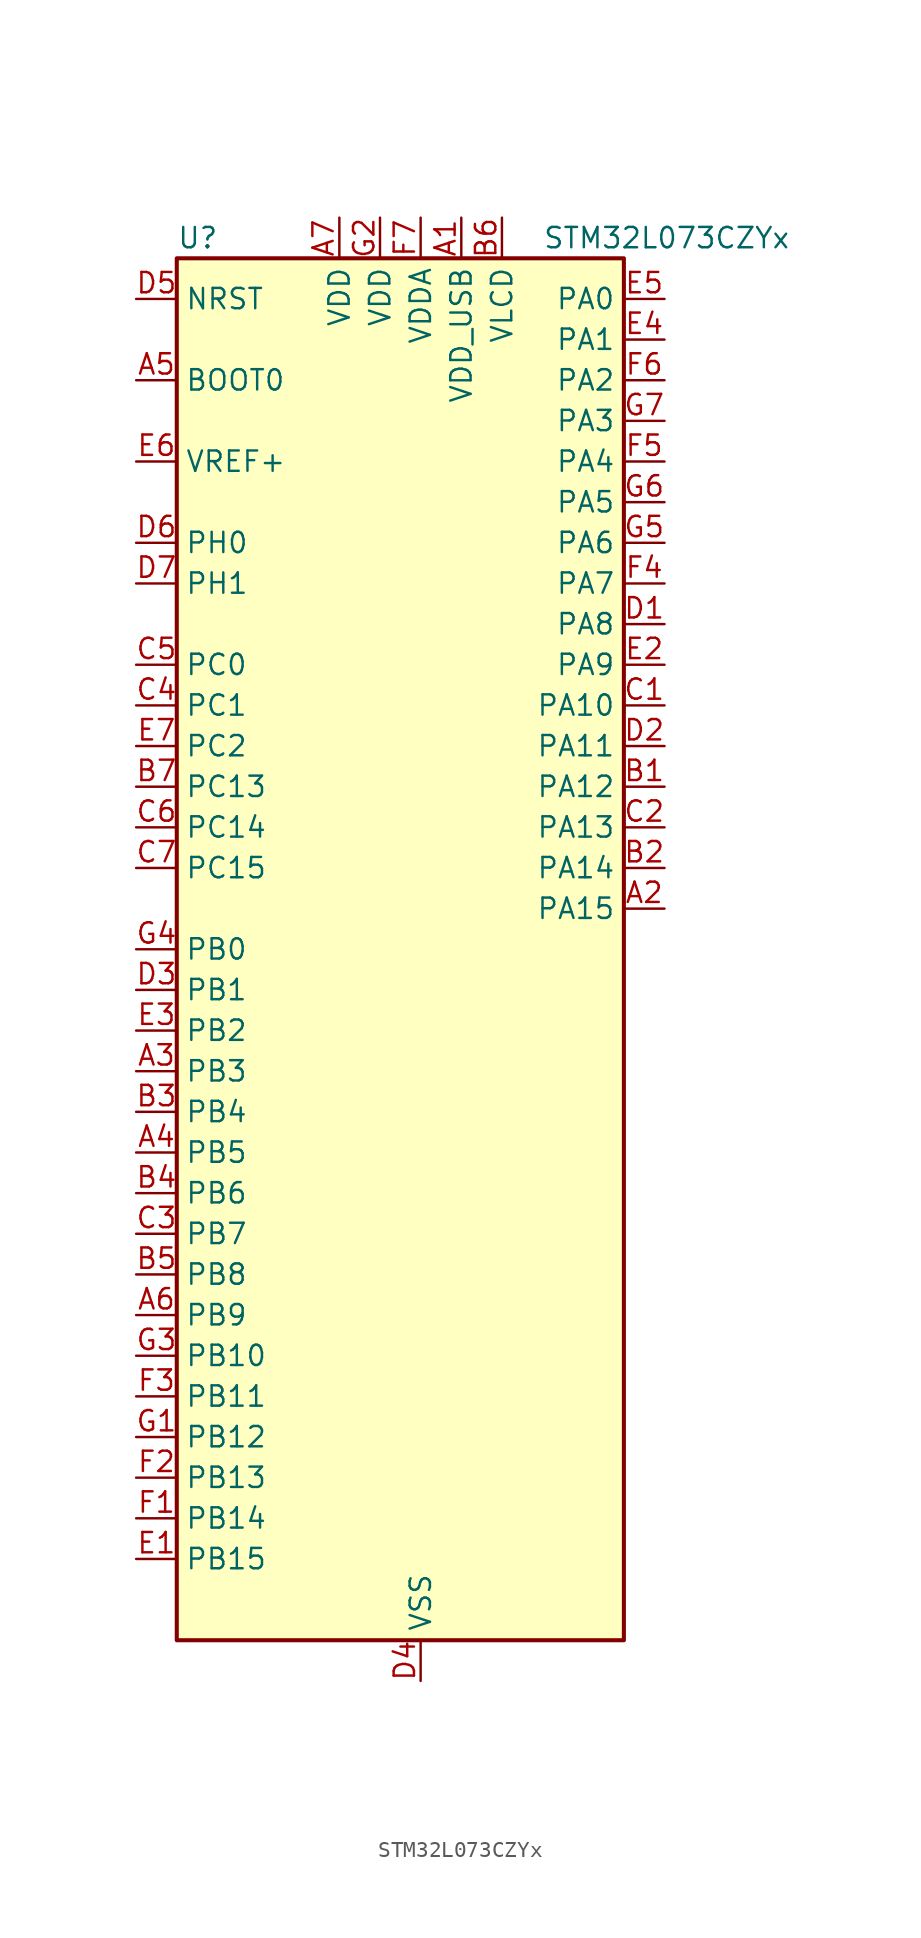
<source format=kicad_sym>
(kicad_symbol_lib
  (version 20220914)
  (generator kicad_symbol_editor)
  (symbol "STM32L073CZYx"
    (property "Reference" "U"
      (at -12.7 44.45 0)
      (effects (font (size 1.27 1.27)) (justify left)))
    (property "Value" "STM32L073CZYx"
      (at 10.16 44.45 0)
      (effects (font (size 1.27 1.27)) (justify left)))
    (property "ki_locked" ""
      (at 0 0 0)
      (effects (font (size 1.27 1.27))))
    (symbol "STM32L073CZYx_0_1"
      (rectangle (start -12.7 -43.18) (end 15.24 43.18) (stroke (width 0.254) (type default)) (fill (type background))))
    (symbol "STM32L073CZYx_1_1"
      (pin power_in line (at 5.08 45.72 270) (length 2.54) (name "VDD_USB" (effects (font (size 1.27 1.27)))) (number "A1" (effects (font (size 1.27 1.27)))))
      (pin bidirectional line (at 17.78 2.54 180) (length 2.54) (name "PA15" (effects (font (size 1.27 1.27)))) (number "A2" (effects (font (size 1.27 1.27)))) (alternate "LCD_SEG17" bidirectional line) (alternate "SPI1_NSS" bidirectional line) (alternate "TIM2_CH1" bidirectional line) (alternate "TIM2_ETR" bidirectional line) (alternate "USART2_RX" bidirectional line) (alternate "USART4_DE" bidirectional line) (alternate "USART4_RTS" bidirectional line))
      (pin bidirectional line (at -15.24 -7.62 0) (length 2.54) (name "PB3" (effects (font (size 1.27 1.27)))) (number "A3" (effects (font (size 1.27 1.27)))) (alternate "COMP2_INM" bidirectional line) (alternate "LCD_SEG7" bidirectional line) (alternate "SPI1_SCK" bidirectional line) (alternate "TIM2_CH2" bidirectional line) (alternate "TSC_G5_IO1" bidirectional line) (alternate "USART1_DE" bidirectional line) (alternate "USART1_RTS" bidirectional line) (alternate "USART5_TX" bidirectional line))
      (pin bidirectional line (at -15.24 -12.7 0) (length 2.54) (name "PB5" (effects (font (size 1.27 1.27)))) (number "A4" (effects (font (size 1.27 1.27)))) (alternate "COMP2_INP" bidirectional line) (alternate "I2C1_SMBA" bidirectional line) (alternate "LCD_SEG9" bidirectional line) (alternate "LPTIM1_IN1" bidirectional line) (alternate "SPI1_MOSI" bidirectional line) (alternate "TIM22_CH2" bidirectional line) (alternate "TIM3_CH2" bidirectional line) (alternate "USART1_CK" bidirectional line) (alternate "USART5_CK" bidirectional line) (alternate "USART5_DE" bidirectional line) (alternate "USART5_RTS" bidirectional line))
      (pin input line (at -15.24 35.56 0) (length 2.54) (name "BOOT0" (effects (font (size 1.27 1.27)))) (number "A5" (effects (font (size 1.27 1.27)))))
      (pin bidirectional line (at -15.24 -22.86 0) (length 2.54) (name "PB9" (effects (font (size 1.27 1.27)))) (number "A6" (effects (font (size 1.27 1.27)))) (alternate "DAC_EXTI9" bidirectional line) (alternate "I2C1_SDA" bidirectional line) (alternate "I2S2_WS" bidirectional line) (alternate "LCD_COM3" bidirectional line) (alternate "SPI2_NSS" bidirectional line))
      (pin power_in line (at -2.54 45.72 270) (length 2.54) (name "VDD" (effects (font (size 1.27 1.27)))) (number "A7" (effects (font (size 1.27 1.27)))))
      (pin bidirectional line (at 17.78 10.16 180) (length 2.54) (name "PA12" (effects (font (size 1.27 1.27)))) (number "B1" (effects (font (size 1.27 1.27)))) (alternate "COMP2_OUT" bidirectional line) (alternate "SPI1_MOSI" bidirectional line) (alternate "TSC_G4_IO4" bidirectional line) (alternate "USART1_DE" bidirectional line) (alternate "USART1_RTS" bidirectional line) (alternate "USB_DP" bidirectional line))
      (pin bidirectional line (at 17.78 5.08 180) (length 2.54) (name "PA14" (effects (font (size 1.27 1.27)))) (number "B2" (effects (font (size 1.27 1.27)))) (alternate "LPUART1_TX" bidirectional line) (alternate "SYS_SWCLK" bidirectional line) (alternate "USART2_TX" bidirectional line))
      (pin bidirectional line (at -15.24 -10.16 0) (length 2.54) (name "PB4" (effects (font (size 1.27 1.27)))) (number "B3" (effects (font (size 1.27 1.27)))) (alternate "COMP2_INP" bidirectional line) (alternate "I2C3_SDA" bidirectional line) (alternate "LCD_SEG8" bidirectional line) (alternate "SPI1_MISO" bidirectional line) (alternate "TIM22_CH1" bidirectional line) (alternate "TIM3_CH1" bidirectional line) (alternate "TSC_G5_IO2" bidirectional line) (alternate "USART1_CTS" bidirectional line) (alternate "USART5_RX" bidirectional line))
      (pin bidirectional line (at -15.24 -15.24 0) (length 2.54) (name "PB6" (effects (font (size 1.27 1.27)))) (number "B4" (effects (font (size 1.27 1.27)))) (alternate "COMP2_INP" bidirectional line) (alternate "I2C1_SCL" bidirectional line) (alternate "LPTIM1_ETR" bidirectional line) (alternate "TSC_G5_IO3" bidirectional line) (alternate "USART1_TX" bidirectional line))
      (pin bidirectional line (at -15.24 -20.32 0) (length 2.54) (name "PB8" (effects (font (size 1.27 1.27)))) (number "B5" (effects (font (size 1.27 1.27)))) (alternate "I2C1_SCL" bidirectional line) (alternate "LCD_SEG16" bidirectional line) (alternate "TSC_SYNC" bidirectional line))
      (pin power_in line (at 7.62 45.72 270) (length 2.54) (name "VLCD" (effects (font (size 1.27 1.27)))) (number "B6" (effects (font (size 1.27 1.27)))))
      (pin bidirectional line (at -15.24 10.16 0) (length 2.54) (name "PC13" (effects (font (size 1.27 1.27)))) (number "B7" (effects (font (size 1.27 1.27)))) (alternate "RTC_OUT_ALARM" bidirectional line) (alternate "RTC_OUT_CALIB" bidirectional line) (alternate "RTC_TAMP1" bidirectional line) (alternate "RTC_TS" bidirectional line) (alternate "SYS_WKUP2" bidirectional line))
      (pin bidirectional line (at 17.78 15.24 180) (length 2.54) (name "PA10" (effects (font (size 1.27 1.27)))) (number "C1" (effects (font (size 1.27 1.27)))) (alternate "I2C1_SDA" bidirectional line) (alternate "LCD_COM2" bidirectional line) (alternate "TSC_G4_IO2" bidirectional line) (alternate "USART1_RX" bidirectional line))
      (pin bidirectional line (at 17.78 7.62 180) (length 2.54) (name "PA13" (effects (font (size 1.27 1.27)))) (number "C2" (effects (font (size 1.27 1.27)))) (alternate "LPUART1_RX" bidirectional line) (alternate "SYS_SWDIO" bidirectional line) (alternate "USB_NOE" bidirectional line))
      (pin bidirectional line (at -15.24 -17.78 0) (length 2.54) (name "PB7" (effects (font (size 1.27 1.27)))) (number "C3" (effects (font (size 1.27 1.27)))) (alternate "COMP2_INP" bidirectional line) (alternate "I2C1_SDA" bidirectional line) (alternate "LPTIM1_IN2" bidirectional line) (alternate "SYS_PVD_IN" bidirectional line) (alternate "TSC_G5_IO4" bidirectional line) (alternate "USART1_RX" bidirectional line) (alternate "USART4_CTS" bidirectional line))
      (pin bidirectional line (at -15.24 15.24 0) (length 2.54) (name "PC1" (effects (font (size 1.27 1.27)))) (number "C4" (effects (font (size 1.27 1.27)))) (alternate "ADC_IN11" bidirectional line) (alternate "I2C3_SDA" bidirectional line) (alternate "LCD_SEG19" bidirectional line) (alternate "LPTIM1_OUT" bidirectional line) (alternate "LPUART1_TX" bidirectional line) (alternate "TSC_G7_IO2" bidirectional line))
      (pin bidirectional line (at -15.24 17.78 0) (length 2.54) (name "PC0" (effects (font (size 1.27 1.27)))) (number "C5" (effects (font (size 1.27 1.27)))) (alternate "ADC_IN10" bidirectional line) (alternate "I2C3_SCL" bidirectional line) (alternate "LCD_SEG18" bidirectional line) (alternate "LPTIM1_IN1" bidirectional line) (alternate "LPUART1_RX" bidirectional line) (alternate "TSC_G7_IO1" bidirectional line))
      (pin bidirectional line (at -15.24 7.62 0) (length 2.54) (name "PC14" (effects (font (size 1.27 1.27)))) (number "C6" (effects (font (size 1.27 1.27)))) (alternate "RCC_OSC32_IN" bidirectional line))
      (pin bidirectional line (at -15.24 5.08 0) (length 2.54) (name "PC15" (effects (font (size 1.27 1.27)))) (number "C7" (effects (font (size 1.27 1.27)))) (alternate "RCC_OSC32_OUT" bidirectional line))
      (pin bidirectional line (at 17.78 20.32 180) (length 2.54) (name "PA8" (effects (font (size 1.27 1.27)))) (number "D1" (effects (font (size 1.27 1.27)))) (alternate "CRS_SYNC" bidirectional line) (alternate "I2C3_SCL" bidirectional line) (alternate "LCD_COM0" bidirectional line) (alternate "RCC_MCO" bidirectional line) (alternate "USART1_CK" bidirectional line))
      (pin bidirectional line (at 17.78 12.7 180) (length 2.54) (name "PA11" (effects (font (size 1.27 1.27)))) (number "D2" (effects (font (size 1.27 1.27)))) (alternate "ADC_EXTI11" bidirectional line) (alternate "COMP1_OUT" bidirectional line) (alternate "SPI1_MISO" bidirectional line) (alternate "TSC_G4_IO3" bidirectional line) (alternate "USART1_CTS" bidirectional line) (alternate "USB_DM" bidirectional line))
      (pin bidirectional line (at -15.24 -2.54 0) (length 2.54) (name "PB1" (effects (font (size 1.27 1.27)))) (number "D3" (effects (font (size 1.27 1.27)))) (alternate "ADC_IN9" bidirectional line) (alternate "LCD_SEG6" bidirectional line) (alternate "LPUART1_DE" bidirectional line) (alternate "LPUART1_RTS" bidirectional line) (alternate "SYS_VREF_OUT_PB1" bidirectional line) (alternate "TIM3_CH4" bidirectional line) (alternate "TSC_G3_IO3" bidirectional line))
      (pin power_in line (at 2.54 -45.72 90) (length 2.54) (name "VSS" (effects (font (size 1.27 1.27)))) (number "D4" (effects (font (size 1.27 1.27)))))
      (pin input line (at -15.24 40.64 0) (length 2.54) (name "NRST" (effects (font (size 1.27 1.27)))) (number "D5" (effects (font (size 1.27 1.27)))))
      (pin bidirectional line (at -15.24 25.4 0) (length 2.54) (name "PH0" (effects (font (size 1.27 1.27)))) (number "D6" (effects (font (size 1.27 1.27)))) (alternate "CRS_SYNC" bidirectional line) (alternate "RCC_OSC_IN" bidirectional line))
      (pin bidirectional line (at -15.24 22.86 0) (length 2.54) (name "PH1" (effects (font (size 1.27 1.27)))) (number "D7" (effects (font (size 1.27 1.27)))) (alternate "RCC_OSC_OUT" bidirectional line))
      (pin bidirectional line (at -15.24 -38.1 0) (length 2.54) (name "PB15" (effects (font (size 1.27 1.27)))) (number "E1" (effects (font (size 1.27 1.27)))) (alternate "I2S2_SD" bidirectional line) (alternate "LCD_SEG15" bidirectional line) (alternate "RTC_REFIN" bidirectional line) (alternate "SPI2_MOSI" bidirectional line))
      (pin bidirectional line (at 17.78 17.78 180) (length 2.54) (name "PA9" (effects (font (size 1.27 1.27)))) (number "E2" (effects (font (size 1.27 1.27)))) (alternate "DAC_EXTI9" bidirectional line) (alternate "I2C1_SCL" bidirectional line) (alternate "I2C3_SMBA" bidirectional line) (alternate "LCD_COM1" bidirectional line) (alternate "RCC_MCO" bidirectional line) (alternate "TSC_G4_IO1" bidirectional line) (alternate "USART1_TX" bidirectional line))
      (pin bidirectional line (at -15.24 -5.08 0) (length 2.54) (name "PB2" (effects (font (size 1.27 1.27)))) (number "E3" (effects (font (size 1.27 1.27)))) (alternate "I2C3_SMBA" bidirectional line) (alternate "LCD_VLCD2" bidirectional line) (alternate "LPTIM1_OUT" bidirectional line) (alternate "TSC_G3_IO4" bidirectional line))
      (pin bidirectional line (at 17.78 38.1 180) (length 2.54) (name "PA1" (effects (font (size 1.27 1.27)))) (number "E4" (effects (font (size 1.27 1.27)))) (alternate "ADC_IN1" bidirectional line) (alternate "COMP1_INP" bidirectional line) (alternate "LCD_SEG0" bidirectional line) (alternate "TIM21_ETR" bidirectional line) (alternate "TIM2_CH2" bidirectional line) (alternate "TSC_G1_IO2" bidirectional line) (alternate "USART2_DE" bidirectional line) (alternate "USART2_RTS" bidirectional line) (alternate "USART4_RX" bidirectional line))
      (pin bidirectional line (at 17.78 40.64 180) (length 2.54) (name "PA0" (effects (font (size 1.27 1.27)))) (number "E5" (effects (font (size 1.27 1.27)))) (alternate "ADC_IN0" bidirectional line) (alternate "COMP1_INM" bidirectional line) (alternate "COMP1_OUT" bidirectional line) (alternate "RTC_TAMP2" bidirectional line) (alternate "SYS_WKUP1" bidirectional line) (alternate "TIM2_CH1" bidirectional line) (alternate "TIM2_ETR" bidirectional line) (alternate "TSC_G1_IO1" bidirectional line) (alternate "USART2_CTS" bidirectional line) (alternate "USART4_TX" bidirectional line))
      (pin input line (at -15.24 30.48 0) (length 2.54) (name "VREF+" (effects (font (size 1.27 1.27)))) (number "E6" (effects (font (size 1.27 1.27)))))
      (pin bidirectional line (at -15.24 12.7 0) (length 2.54) (name "PC2" (effects (font (size 1.27 1.27)))) (number "E7" (effects (font (size 1.27 1.27)))) (alternate "ADC_IN12" bidirectional line) (alternate "I2S2_MCK" bidirectional line) (alternate "LCD_SEG20" bidirectional line) (alternate "LPTIM1_IN2" bidirectional line) (alternate "SPI2_MISO" bidirectional line) (alternate "TSC_G7_IO3" bidirectional line))
      (pin bidirectional line (at -15.24 -35.56 0) (length 2.54) (name "PB14" (effects (font (size 1.27 1.27)))) (number "F1" (effects (font (size 1.27 1.27)))) (alternate "I2C2_SDA" bidirectional line) (alternate "I2S2_MCK" bidirectional line) (alternate "LCD_SEG14" bidirectional line) (alternate "LPUART1_DE" bidirectional line) (alternate "LPUART1_RTS" bidirectional line) (alternate "RTC_OUT_ALARM" bidirectional line) (alternate "RTC_OUT_CALIB" bidirectional line) (alternate "SPI2_MISO" bidirectional line) (alternate "TIM21_CH2" bidirectional line) (alternate "TSC_G6_IO4" bidirectional line))
      (pin bidirectional line (at -15.24 -33.02 0) (length 2.54) (name "PB13" (effects (font (size 1.27 1.27)))) (number "F2" (effects (font (size 1.27 1.27)))) (alternate "I2C2_SCL" bidirectional line) (alternate "I2S2_CK" bidirectional line) (alternate "LCD_SEG13" bidirectional line) (alternate "LPUART1_CTS" bidirectional line) (alternate "RCC_MCO" bidirectional line) (alternate "SPI2_SCK" bidirectional line) (alternate "TIM21_CH1" bidirectional line) (alternate "TSC_G6_IO3" bidirectional line))
      (pin bidirectional line (at -15.24 -27.94 0) (length 2.54) (name "PB11" (effects (font (size 1.27 1.27)))) (number "F3" (effects (font (size 1.27 1.27)))) (alternate "ADC_EXTI11" bidirectional line) (alternate "I2C2_SDA" bidirectional line) (alternate "LCD_SEG11" bidirectional line) (alternate "LPUART1_RX" bidirectional line) (alternate "LPUART1_TX" bidirectional line) (alternate "TIM2_CH4" bidirectional line) (alternate "TSC_G6_IO1" bidirectional line))
      (pin bidirectional line (at 17.78 22.86 180) (length 2.54) (name "PA7" (effects (font (size 1.27 1.27)))) (number "F4" (effects (font (size 1.27 1.27)))) (alternate "ADC_IN7" bidirectional line) (alternate "COMP2_OUT" bidirectional line) (alternate "LCD_SEG4" bidirectional line) (alternate "SPI1_MOSI" bidirectional line) (alternate "TIM22_CH2" bidirectional line) (alternate "TIM3_CH2" bidirectional line) (alternate "TSC_G2_IO4" bidirectional line))
      (pin bidirectional line (at 17.78 30.48 180) (length 2.54) (name "PA4" (effects (font (size 1.27 1.27)))) (number "F5" (effects (font (size 1.27 1.27)))) (alternate "ADC_IN4" bidirectional line) (alternate "COMP1_INM" bidirectional line) (alternate "COMP2_INM" bidirectional line) (alternate "DAC_OUT1" bidirectional line) (alternate "SPI1_NSS" bidirectional line) (alternate "TIM22_ETR" bidirectional line) (alternate "TSC_G2_IO1" bidirectional line) (alternate "USART2_CK" bidirectional line))
      (pin bidirectional line (at 17.78 35.56 180) (length 2.54) (name "PA2" (effects (font (size 1.27 1.27)))) (number "F6" (effects (font (size 1.27 1.27)))) (alternate "ADC_IN2" bidirectional line) (alternate "COMP2_INM" bidirectional line) (alternate "COMP2_OUT" bidirectional line) (alternate "LCD_SEG1" bidirectional line) (alternate "LPUART1_TX" bidirectional line) (alternate "TIM21_CH1" bidirectional line) (alternate "TIM2_CH3" bidirectional line) (alternate "TSC_G1_IO3" bidirectional line) (alternate "USART2_TX" bidirectional line))
      (pin power_in line (at 2.54 45.72 270) (length 2.54) (name "VDDA" (effects (font (size 1.27 1.27)))) (number "F7" (effects (font (size 1.27 1.27)))))
      (pin bidirectional line (at -15.24 -30.48 0) (length 2.54) (name "PB12" (effects (font (size 1.27 1.27)))) (number "G1" (effects (font (size 1.27 1.27)))) (alternate "I2S2_WS" bidirectional line) (alternate "LCD_SEG12" bidirectional line) (alternate "LCD_VLCD2" bidirectional line) (alternate "LPUART1_DE" bidirectional line) (alternate "LPUART1_RTS" bidirectional line) (alternate "SPI2_NSS" bidirectional line) (alternate "TSC_G6_IO2" bidirectional line))
      (pin power_in line (at 0 45.72 270) (length 2.54) (name "VDD" (effects (font (size 1.27 1.27)))) (number "G2" (effects (font (size 1.27 1.27)))))
      (pin bidirectional line (at -15.24 -25.4 0) (length 2.54) (name "PB10" (effects (font (size 1.27 1.27)))) (number "G3" (effects (font (size 1.27 1.27)))) (alternate "I2C2_SCL" bidirectional line) (alternate "LCD_SEG10" bidirectional line) (alternate "LPUART1_RX" bidirectional line) (alternate "LPUART1_TX" bidirectional line) (alternate "SPI2_SCK" bidirectional line) (alternate "TIM2_CH3" bidirectional line) (alternate "TSC_SYNC" bidirectional line))
      (pin bidirectional line (at -15.24 0 0) (length 2.54) (name "PB0" (effects (font (size 1.27 1.27)))) (number "G4" (effects (font (size 1.27 1.27)))) (alternate "ADC_IN8" bidirectional line) (alternate "LCD_SEG5" bidirectional line) (alternate "LCD_VLCD3" bidirectional line) (alternate "SYS_VREF_OUT_PB0" bidirectional line) (alternate "TIM3_CH3" bidirectional line) (alternate "TSC_G3_IO2" bidirectional line))
      (pin bidirectional line (at 17.78 25.4 180) (length 2.54) (name "PA6" (effects (font (size 1.27 1.27)))) (number "G5" (effects (font (size 1.27 1.27)))) (alternate "ADC_IN6" bidirectional line) (alternate "COMP1_OUT" bidirectional line) (alternate "LCD_SEG3" bidirectional line) (alternate "LPUART1_CTS" bidirectional line) (alternate "SPI1_MISO" bidirectional line) (alternate "TIM22_CH1" bidirectional line) (alternate "TIM3_CH1" bidirectional line) (alternate "TSC_G2_IO3" bidirectional line))
      (pin bidirectional line (at 17.78 27.94 180) (length 2.54) (name "PA5" (effects (font (size 1.27 1.27)))) (number "G6" (effects (font (size 1.27 1.27)))) (alternate "ADC_IN5" bidirectional line) (alternate "COMP1_INM" bidirectional line) (alternate "COMP2_INM" bidirectional line) (alternate "DAC_OUT2" bidirectional line) (alternate "SPI1_SCK" bidirectional line) (alternate "TIM2_CH1" bidirectional line) (alternate "TIM2_ETR" bidirectional line) (alternate "TSC_G2_IO2" bidirectional line))
      (pin bidirectional line (at 17.78 33.02 180) (length 2.54) (name "PA3" (effects (font (size 1.27 1.27)))) (number "G7" (effects (font (size 1.27 1.27)))) (alternate "ADC_IN3" bidirectional line) (alternate "COMP2_INP" bidirectional line) (alternate "LCD_SEG2" bidirectional line) (alternate "LPUART1_RX" bidirectional line) (alternate "TIM21_CH2" bidirectional line) (alternate "TIM2_CH4" bidirectional line) (alternate "TSC_G1_IO4" bidirectional line) (alternate "USART2_RX" bidirectional line)))))
</source>
